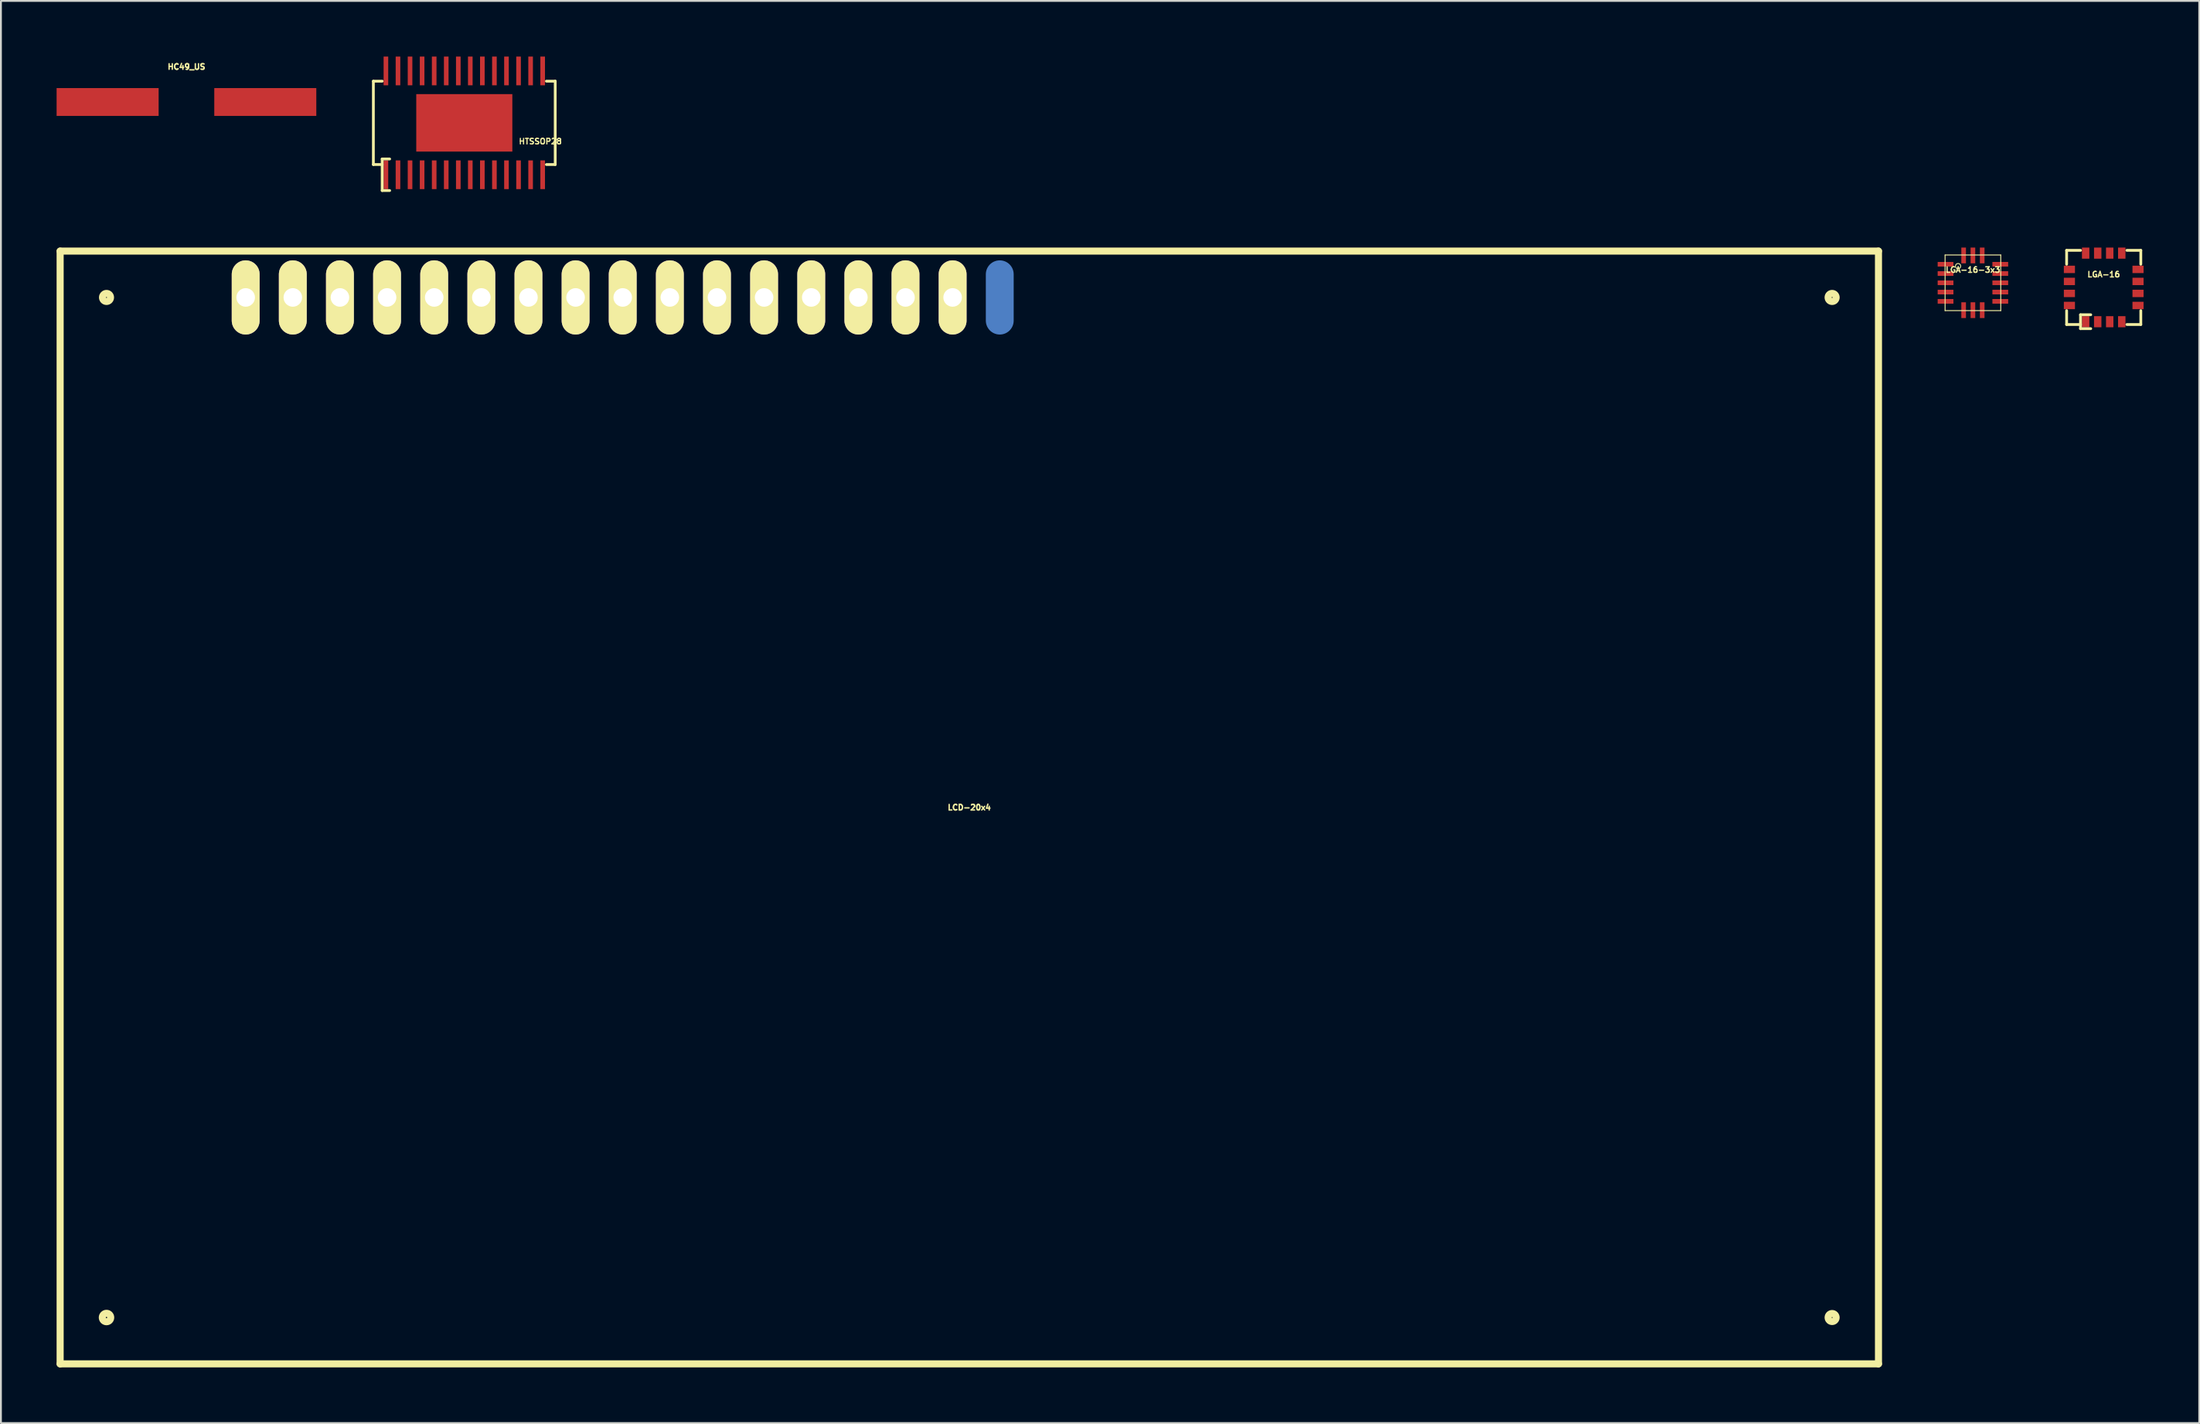
<source format=kicad_pcb>
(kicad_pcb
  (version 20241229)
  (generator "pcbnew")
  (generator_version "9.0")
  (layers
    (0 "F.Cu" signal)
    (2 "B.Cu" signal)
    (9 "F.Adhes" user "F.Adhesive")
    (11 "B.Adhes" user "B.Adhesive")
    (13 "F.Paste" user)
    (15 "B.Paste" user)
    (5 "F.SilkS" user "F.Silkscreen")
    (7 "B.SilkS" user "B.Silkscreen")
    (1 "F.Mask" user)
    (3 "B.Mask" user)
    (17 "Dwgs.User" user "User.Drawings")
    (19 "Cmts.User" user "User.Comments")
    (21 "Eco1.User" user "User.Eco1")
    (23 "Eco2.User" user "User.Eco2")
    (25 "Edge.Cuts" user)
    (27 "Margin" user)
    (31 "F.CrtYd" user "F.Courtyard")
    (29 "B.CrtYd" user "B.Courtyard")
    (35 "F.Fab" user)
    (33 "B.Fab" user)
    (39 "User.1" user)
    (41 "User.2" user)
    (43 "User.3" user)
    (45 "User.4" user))
  (footprint "LGA-16-3x3"
    (layer "F.Cu")
    (at 103.279 12.199)
    (property "Reference" "LGA-16-3x3" (at 0 -0.701 0) (layer "F.SilkS") (effects (font (size 0.3 0.3) (thickness 0.066))))
    (attr through_hole)
    (fp_line (start -1.5 -1.5) (end 1.5 -1.5) (stroke (width 0.05) (type solid)) (layer "F.SilkS"))
    (fp_line (start -1.5 1.5) (end -1.5 -1.5) (stroke (width 0.05) (type solid)) (layer "F.SilkS"))
    (fp_line (start 1.5 -1.5) (end 1.5 1.5) (stroke (width 0.05) (type solid)) (layer "F.SilkS"))
    (fp_line (start 1.5 1.5) (end -1.5 1.5) (stroke (width 0.05) (type solid)) (layer "F.SilkS"))
    (fp_circle (center -0.8 -0.9) (end -0.7 -0.8) (stroke (width 0.05) (type solid)) (fill no) (layer "F.SilkS"))
    (pad "1" smd rect (at -1.475 -1) (size 0.85 0.25) (layers "F.Cu" "F.Mask" "F.Paste"))
    (pad "2" smd rect (at -1.475 -0.5) (size 0.85 0.25) (layers "F.Cu" "F.Mask" "F.Paste"))
    (pad "3" smd rect (at -1.475 0) (size 0.85 0.25) (layers "F.Cu" "F.Mask" "F.Paste"))
    (pad "4" smd rect (at -1.475 0.5) (size 0.85 0.25) (layers "F.Cu" "F.Mask" "F.Paste"))
    (pad "5" smd rect (at -1.475 1) (size 0.85 0.25) (layers "F.Cu" "F.Mask" "F.Paste"))
    (pad "6" smd rect (at -0.5 1.475) (size 0.25 0.85) (layers "F.Cu" "F.Mask" "F.Paste"))
    (pad "7" smd rect (at 0 1.475) (size 0.25 0.85) (layers "F.Cu" "F.Mask" "F.Paste"))
    (pad "8" smd rect (at 0.5 1.475) (size 0.25 0.85) (layers "F.Cu" "F.Mask" "F.Paste"))
    (pad "9" smd rect (at 1.475 1) (size 0.85 0.25) (layers "F.Cu" "F.Mask" "F.Paste"))
    (pad "10" smd rect (at 1.475 0.5) (size 0.85 0.25) (layers "F.Cu" "F.Mask" "F.Paste"))
    (pad "11" smd rect (at 1.475 0) (size 0.85 0.25) (layers "F.Cu" "F.Mask" "F.Paste"))
    (pad "12" smd rect (at 1.475 -0.5) (size 0.85 0.25) (layers "F.Cu" "F.Mask" "F.Paste"))
    (pad "13" smd rect (at 1.475 -1) (size 0.85 0.25) (layers "F.Cu" "F.Mask" "F.Paste"))
    (pad "14" smd rect (at 0.5 -1.475) (size 0.25 0.85) (layers "F.Cu" "F.Mask" "F.Paste"))
    (pad "15" smd rect (at 0 -1.475) (size 0.25 0.85) (layers "F.Cu" "F.Mask" "F.Paste"))
    (pad "16" smd rect (at -0.5 -1.475) (size 0.25 0.85) (layers "F.Cu" "F.Mask" "F.Paste")))
  (footprint "LGA-16"
    (layer "F.Cu")
    (at 110.328 12.448)
    (property "Reference" "LGA-16" (at 0 -0.701 0) (layer "F.SilkS") (effects (font (size 0.3 0.3) (thickness 0.066))))
    (attr through_hole)
    (fp_line (start -1.999 -1.999) (end -1.999 -1.25) (stroke (width 0.15) (type solid)) (layer "F.SilkS"))
    (fp_line (start -1.999 -1.999) (end -1.25 -1.999) (stroke (width 0.15) (type solid)) (layer "F.SilkS"))
    (fp_line (start -1.999 1.25) (end -1.999 1.999) (stroke (width 0.15) (type solid)) (layer "F.SilkS"))
    (fp_line (start -1.999 1.999) (end -1.25 1.999) (stroke (width 0.15) (type solid)) (layer "F.SilkS"))
    (fp_line (start -1.25 1.473) (end -1.25 2.223) (stroke (width 0.15) (type solid)) (layer "F.SilkS"))
    (fp_line (start -1.25 1.473) (end -0.699 1.473) (stroke (width 0.15) (type solid)) (layer "F.SilkS"))
    (fp_line (start -1.25 2.223) (end -0.699 2.223) (stroke (width 0.15) (type solid)) (layer "F.SilkS"))
    (fp_line (start 1.25 -1.999) (end 1.999 -1.999) (stroke (width 0.15) (type solid)) (layer "F.SilkS"))
    (fp_line (start 1.25 1.999) (end 1.999 1.999) (stroke (width 0.15) (type solid)) (layer "F.SilkS"))
    (fp_line (start 1.999 -1.999) (end 1.999 -1.25) (stroke (width 0.15) (type solid)) (layer "F.SilkS"))
    (fp_line (start 1.999 1.25) (end 1.999 1.999) (stroke (width 0.15) (type solid)) (layer "F.SilkS"))
    (pad "1" smd rect (at -0.973 1.849 180) (size 0.399 0.599) (layers "F.Cu" "F.Mask" "F.Paste"))
    (pad "2" smd rect (at -0.323 1.849 180) (size 0.399 0.599) (layers "F.Cu" "F.Mask" "F.Paste"))
    (pad "3" smd rect (at 0.323 1.849 180) (size 0.399 0.599) (layers "F.Cu" "F.Mask" "F.Paste"))
    (pad "4" smd rect (at 0.973 1.849 180) (size 0.399 0.599) (layers "F.Cu" "F.Mask" "F.Paste"))
    (pad "5" smd rect (at 1.849 0.973 270) (size 0.399 0.599) (layers "F.Cu" "F.Mask" "F.Paste"))
    (pad "6" smd rect (at 1.849 0.323 270) (size 0.399 0.599) (layers "F.Cu" "F.Mask" "F.Paste"))
    (pad "7" smd rect (at 1.849 -0.323 270) (size 0.399 0.599) (layers "F.Cu" "F.Mask" "F.Paste"))
    (pad "8" smd rect (at 1.849 -0.973 270) (size 0.399 0.599) (layers "F.Cu" "F.Mask" "F.Paste"))
    (pad "9" smd rect (at 0.973 -1.849) (size 0.399 0.599) (layers "F.Cu" "F.Mask" "F.Paste"))
    (pad "10" smd rect (at 0.323 -1.849) (size 0.399 0.599) (layers "F.Cu" "F.Mask" "F.Paste"))
    (pad "11" smd rect (at -0.323 -1.849) (size 0.399 0.599) (layers "F.Cu" "F.Mask" "F.Paste"))
    (pad "12" smd rect (at -0.973 -1.849) (size 0.399 0.599) (layers "F.Cu" "F.Mask" "F.Paste"))
    (pad "13" smd rect (at -1.849 -0.973 90) (size 0.399 0.599) (layers "F.Cu" "F.Mask" "F.Paste"))
    (pad "14" smd rect (at -1.849 -0.323 90) (size 0.399 0.599) (layers "F.Cu" "F.Mask" "F.Paste"))
    (pad "15" smd rect (at -1.849 0.323 90) (size 0.399 0.599) (layers "F.Cu" "F.Mask" "F.Paste"))
    (pad "16" smd rect (at -1.849 0.973 90) (size 0.399 0.599) (layers "F.Cu" "F.Mask" "F.Paste")))
  (footprint "HTSSOP28"
    (layer "F.Cu")
    (at 21.973 3.574)
    (property "Reference" "HTSSOP28" (at 4.1 1.001 0) (layer "F.SilkS") (effects (font (size 0.3 0.3) (thickness 0.064))))
    (attr through_hole)
    (fp_line (start -4.9 -2.248) (end -4.9 2.248) (stroke (width 0.15) (type solid)) (layer "F.SilkS"))
    (fp_line (start -4.9 -2.248) (end -4.425 -2.248) (stroke (width 0.15) (type solid)) (layer "F.SilkS"))
    (fp_line (start -4.9 2.248) (end -4.425 2.248) (stroke (width 0.15) (type solid)) (layer "F.SilkS"))
    (fp_line (start -4.425 1.948) (end -4.425 3.65) (stroke (width 0.15) (type solid)) (layer "F.SilkS"))
    (fp_line (start -4.425 1.948) (end -4.023 1.948) (stroke (width 0.15) (type solid)) (layer "F.SilkS"))
    (fp_line (start -4.425 3.65) (end -4.023 3.65) (stroke (width 0.15) (type solid)) (layer "F.SilkS"))
    (fp_line (start 4.425 -2.248) (end 4.9 -2.248) (stroke (width 0.15) (type solid)) (layer "F.SilkS"))
    (fp_line (start 4.425 2.248) (end 4.9 2.248) (stroke (width 0.15) (type solid)) (layer "F.SilkS"))
    (fp_line (start 4.9 -2.248) (end 4.9 2.248) (stroke (width 0.15) (type solid)) (layer "F.SilkS"))
    (pad "1" smd rect (at -4.224 2.799 180) (size 0.249 1.549) (layers "F.Cu" "F.Mask" "F.Paste"))
    (pad "2" smd rect (at -3.574 2.799 180) (size 0.249 1.549) (layers "F.Cu" "F.Mask" "F.Paste"))
    (pad "3" smd rect (at -2.924 2.799 180) (size 0.249 1.549) (layers "F.Cu" "F.Mask" "F.Paste"))
    (pad "4" smd rect (at -2.273 2.799 180) (size 0.249 1.549) (layers "F.Cu" "F.Mask" "F.Paste"))
    (pad "5" smd rect (at -1.623 2.799 180) (size 0.249 1.549) (layers "F.Cu" "F.Mask" "F.Paste"))
    (pad "6" smd rect (at -0.973 2.799 180) (size 0.249 1.549) (layers "F.Cu" "F.Mask" "F.Paste"))
    (pad "7" smd rect (at -0.323 2.799 180) (size 0.249 1.549) (layers "F.Cu" "F.Mask" "F.Paste"))
    (pad "8" smd rect (at 0.323 2.799 180) (size 0.249 1.549) (layers "F.Cu" "F.Mask" "F.Paste"))
    (pad "9" smd rect (at 0.973 2.799 180) (size 0.249 1.549) (layers "F.Cu" "F.Mask" "F.Paste"))
    (pad "10" smd rect (at 1.623 2.799 180) (size 0.249 1.549) (layers "F.Cu" "F.Mask" "F.Paste"))
    (pad "11" smd rect (at 2.273 2.799 180) (size 0.249 1.549) (layers "F.Cu" "F.Mask" "F.Paste"))
    (pad "12" smd rect (at 2.924 2.799 180) (size 0.249 1.549) (layers "F.Cu" "F.Mask" "F.Paste"))
    (pad "13" smd rect (at 3.574 2.799 180) (size 0.249 1.549) (layers "F.Cu" "F.Mask" "F.Paste"))
    (pad "14" smd rect (at 4.224 2.799 180) (size 0.249 1.549) (layers "F.Cu" "F.Mask" "F.Paste"))
    (pad "15" smd rect (at 4.224 -2.799) (size 0.249 1.549) (layers "F.Cu" "F.Mask" "F.Paste"))
    (pad "16" smd rect (at 3.574 -2.799) (size 0.249 1.549) (layers "F.Cu" "F.Mask" "F.Paste"))
    (pad "17" smd rect (at 2.924 -2.799) (size 0.249 1.549) (layers "F.Cu" "F.Mask" "F.Paste"))
    (pad "18" smd rect (at 2.273 -2.799) (size 0.249 1.549) (layers "F.Cu" "F.Mask" "F.Paste"))
    (pad "19" smd rect (at 1.623 -2.799) (size 0.249 1.549) (layers "F.Cu" "F.Mask" "F.Paste"))
    (pad "20" smd rect (at 0.973 -2.799) (size 0.249 1.549) (layers "F.Cu" "F.Mask" "F.Paste"))
    (pad "21" smd rect (at 0.323 -2.799) (size 0.249 1.549) (layers "F.Cu" "F.Mask" "F.Paste"))
    (pad "22" smd rect (at -0.323 -2.799) (size 0.249 1.549) (layers "F.Cu" "F.Mask" "F.Paste"))
    (pad "23" smd rect (at -0.973 -2.799) (size 0.249 1.549) (layers "F.Cu" "F.Mask" "F.Paste"))
    (pad "24" smd rect (at -1.623 -2.799) (size 0.249 1.549) (layers "F.Cu" "F.Mask" "F.Paste"))
    (pad "25" smd rect (at -2.273 -2.799) (size 0.249 1.549) (layers "F.Cu" "F.Mask" "F.Paste"))
    (pad "26" smd rect (at -2.924 -2.799) (size 0.249 1.549) (layers "F.Cu" "F.Mask" "F.Paste"))
    (pad "27" smd rect (at -3.574 -2.799) (size 0.249 1.549) (layers "F.Cu" "F.Mask" "F.Paste"))
    (pad "28" smd rect (at -4.224 -2.799) (size 0.249 1.549) (layers "F.Cu" "F.Mask" "F.Paste"))
    (pad "EP" smd rect (at 0 0) (size 5.179 3.099) (layers "F.Cu" "F.Mask" "F.Paste")))
  (footprint "HC49_US"
    (layer "F.Cu")
    (at 6.999 2.45)
    (property "Reference" "HC49_US" (at 0 -1.9 0) (layer "F.SilkS") (effects (font (size 0.3 0.3) (thickness 0.076))))
    (attr through_hole)
    (fp_line (start -5.601 -2.4) (end 5.601 -2.4) (stroke (width 0.1) (type solid)) (layer "Eco2.User"))
    (fp_line (start -5.601 2.4) (end -5.601 -2.4) (stroke (width 0.1) (type solid)) (layer "Eco2.User"))
    (fp_line (start 5.601 -2.4) (end 5.601 2.4) (stroke (width 0.1) (type solid)) (layer "Eco2.User"))
    (fp_line (start 5.601 2.4) (end -5.601 2.4) (stroke (width 0.1) (type solid)) (layer "Eco2.User"))
    (pad "1" smd rect (at -4.249 0) (size 5.499 1.501) (layers "F.Cu" "F.Mask" "F.Paste"))
    (pad "2" smd rect (at 4.249 0) (size 5.499 1.501) (layers "F.Cu" "F.Mask" "F.Paste")))
  (footprint "LCD-20x4"
    (layer "F.Cu")
    (at 49.19 40.489)
    (property "Reference" "LCD-20x4" (at 0 0 0) (layer "F.SilkS") (effects (font (size 0.3 0.3) (thickness 0.076))))
    (attr smd)
    (fp_line (start -48.999 -30) (end 48.999 -30) (stroke (width 0.381) (type solid)) (layer "F.SilkS"))
    (fp_line (start -48.999 30) (end -48.999 -30) (stroke (width 0.381) (type solid)) (layer "F.SilkS"))
    (fp_line (start 48.999 -30) (end 48.999 30) (stroke (width 0.381) (type solid)) (layer "F.SilkS"))
    (fp_line (start 48.999 30) (end -48.999 30) (stroke (width 0.381) (type solid)) (layer "F.SilkS"))
    (fp_circle (center -46.5 -27.501) (end -46.5 -27.475) (stroke (width 0.381) (type solid)) (fill no) (layer "F.SilkS"))
    (fp_circle (center -46.5 27.501) (end -46.474 27.526) (stroke (width 0.381) (type solid)) (fill no) (layer "F.SilkS"))
    (fp_circle (center 46.5 -27.501) (end 46.5 -27.475) (stroke (width 0.381) (type solid)) (fill no) (layer "F.SilkS"))
    (fp_circle (center 46.5 27.501) (end 46.5 27.526) (stroke (width 0.381) (type solid)) (fill no) (layer "F.SilkS"))
    (pad "" smd oval (at 1.641 -27.501) (size 1.501 4) (layers "B.Cu" "B.Mask" "B.Paste"))
    (pad "1" thru_hole oval (at -38.999 -27.501) (size 1.501 4) (drill 1.001) (layers "*.Cu" "*.Mask" "F.SilkS"))
    (pad "2" thru_hole oval (at -36.459 -27.501) (size 1.501 4) (drill 1.001) (layers "*.Cu" "*.Mask" "F.SilkS"))
    (pad "3" thru_hole oval (at -33.919 -27.501) (size 1.501 4) (drill 1.001) (layers "*.Cu" "*.Mask" "F.SilkS"))
    (pad "4" thru_hole oval (at -31.379 -27.501) (size 1.501 4) (drill 1.001) (layers "*.Cu" "*.Mask" "F.SilkS"))
    (pad "5" thru_hole oval (at -28.839 -27.501) (size 1.501 4) (drill 1.001) (layers "*.Cu" "*.Mask" "F.SilkS"))
    (pad "6" thru_hole oval (at -26.299 -27.501) (size 1.501 4) (drill 1.001) (layers "*.Cu" "*.Mask" "F.SilkS"))
    (pad "7" thru_hole oval (at -23.759 -27.501) (size 1.501 4) (drill 1.001) (layers "*.Cu" "*.Mask" "F.SilkS"))
    (pad "8" thru_hole oval (at -21.219 -27.501) (size 1.501 4) (drill 1.001) (layers "*.Cu" "*.Mask" "F.SilkS"))
    (pad "9" thru_hole oval (at -18.679 -27.501) (size 1.501 4) (drill 1.001) (layers "*.Cu" "*.Mask" "F.SilkS"))
    (pad "10" thru_hole oval (at -16.139 -27.501) (size 1.501 4) (drill 1.001) (layers "*.Cu" "*.Mask" "F.SilkS"))
    (pad "11" thru_hole oval (at -13.599 -27.501) (size 1.501 4) (drill 1.001) (layers "*.Cu" "*.Mask" "F.SilkS"))
    (pad "12" thru_hole oval (at -11.059 -27.501) (size 1.501 4) (drill 1.001) (layers "*.Cu" "*.Mask" "F.SilkS"))
    (pad "13" thru_hole oval (at -8.519 -27.501) (size 1.501 4) (drill 1.001) (layers "*.Cu" "*.Mask" "F.SilkS"))
    (pad "14" thru_hole oval (at -5.979 -27.501) (size 1.501 4) (drill 1.001) (layers "*.Cu" "*.Mask" "F.SilkS"))
    (pad "15" thru_hole oval (at -3.439 -27.501) (size 1.501 4) (drill 1.001) (layers "*.Cu" "*.Mask" "F.SilkS"))
    (pad "16" thru_hole oval (at -0.899 -27.501) (size 1.501 4) (drill 1.001) (layers "*.Cu" "*.Mask" "F.SilkS")))
  (gr_rect
    (start -3 -3)
    (end 115.477 73.68)
    (stroke (width 0.1) (type default))
    (fill no)
    (layer "Edge.Cuts")))
</source>
